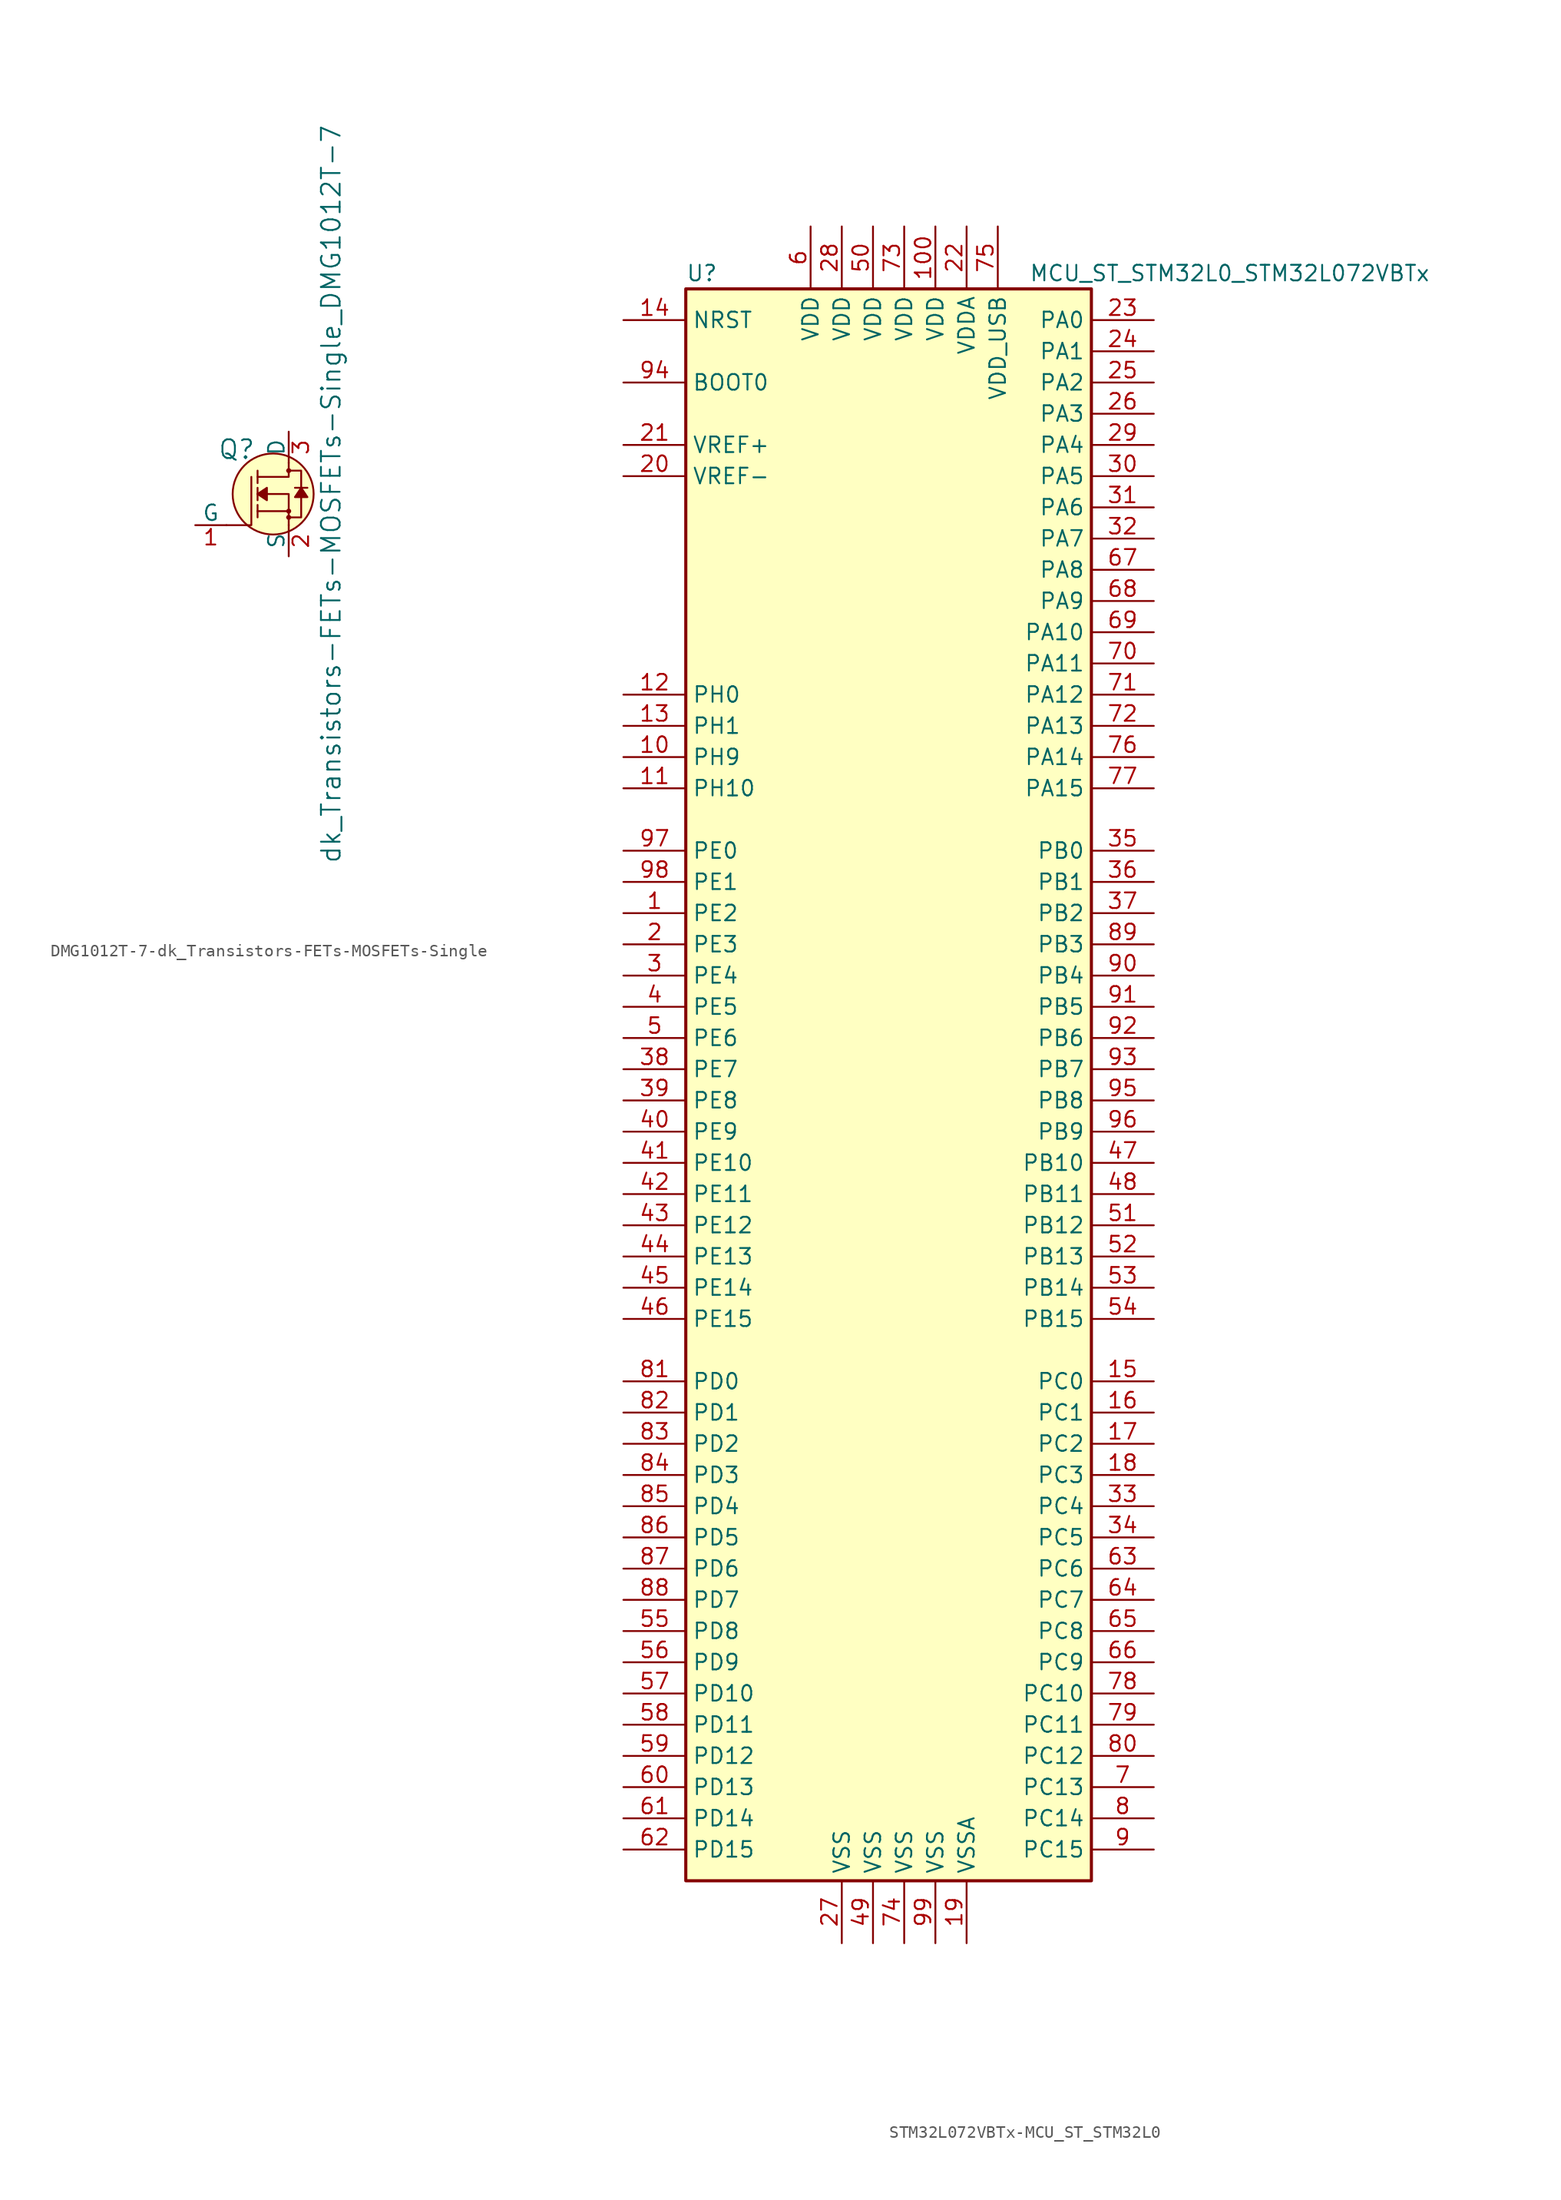
<source format=kicad_sym>
(kicad_symbol_lib
  (version 20220914)
  (generator kicad_symbol_editor)
  (symbol "DMG1012T-7-dk_Transistors-FETs-MOSFETs-Single"
    (pin_names
      (offset 0))
    (property "Reference" "Q"
      (at -2.692 3.632 0)
      (effects (font (size 1.524 1.524)) (justify right)))
    (property "Value" "dk_Transistors-FETs-MOSFETs-Single_DMG1012T-7"
      (at 3.454 0 90)
      (effects (font (size 1.524 1.524))))
    (symbol "DMG1012T-7-dk_Transistors-FETs-MOSFETs-Single_0_1"
      (circle (center -1.27 0) (radius 3.302) (stroke (width 0) (type solid)) (fill (type background)))
      (circle (center 0 -1.905) (radius 0.127) (stroke (width 0) (type solid)) (fill (type none)))
      (circle (center 0 -1.397) (radius 0.127) (stroke (width 0) (type solid)) (fill (type none)))
      (polyline (pts (xy 0 -1.397) (xy -2.54 -1.397)) (stroke (width 0) (type solid)) (fill (type none)))
      (polyline (pts (xy -5.08 -2.54) (xy -3.048 -2.54) (xy -3.048 1.397)) (stroke (width 0) (type solid)) (fill (type none)))
      (polyline (pts (xy 0 -2.54) (xy 0 0) (xy -2.54 0)) (stroke (width 0) (type solid)) (fill (type none)))
      (polyline (pts (xy 0 2.54) (xy 0 1.397) (xy -2.54 1.397)) (stroke (width 0) (type solid)) (fill (type none)))
      (polyline (pts (xy -0.127 -1.905) (xy 1.016 -1.905) (xy 1.016 1.397) (xy 1.016 1.905) (xy -0.127 1.905)) (stroke (width 0) (type solid)) (fill (type none)))
      (circle (center 0 1.905) (radius 0.127) (stroke (width 0) (type solid)) (fill (type none))))
    (symbol "DMG1012T-7-dk_Transistors-FETs-MOSFETs-Single_1_1"
      (polyline (pts (xy -2.54 -1.397) (xy -2.54 -1.905)) (stroke (width 0) (type solid)) (fill (type none)))
      (polyline (pts (xy -2.54 -1.397) (xy -2.54 -0.889)) (stroke (width 0) (type solid)) (fill (type none)))
      (polyline (pts (xy -2.54 0) (xy -2.54 -0.508)) (stroke (width 0) (type solid)) (fill (type none)))
      (polyline (pts (xy -2.54 0) (xy -2.54 0.508)) (stroke (width 0) (type solid)) (fill (type none)))
      (polyline (pts (xy -2.54 1.905) (xy -2.54 0.889)) (stroke (width 0) (type solid)) (fill (type none)))
      (polyline (pts (xy 1.524 0.508) (xy 0.508 0.508)) (stroke (width 0) (type solid)) (fill (type none)))
      (polyline (pts (xy -2.54 0) (xy -1.778 0.508) (xy -1.778 -0.508) (xy -2.54 0)) (stroke (width 0) (type solid)) (fill (type outline)))
      (polyline (pts (xy 1.016 0.508) (xy 0.508 -0.254) (xy 1.524 -0.254) (xy 1.016 0.508)) (stroke (width 0) (type solid)) (fill (type outline)))
      (pin bidirectional line (at -7.62 -2.54 0) (length 2.54) (name "G" (effects (font (size 1.27 1.27)))) (number "1" (effects (font (size 1.27 1.27)))))
      (pin bidirectional line (at 0 -5.08 90) (length 2.54) (name "S" (effects (font (size 1.27 1.27)))) (number "2" (effects (font (size 1.27 1.27)))))
      (pin bidirectional line (at 0 5.08 270) (length 2.54) (name "D" (effects (font (size 1.27 1.27)))) (number "3" (effects (font (size 1.27 1.27)))))))
  (symbol "STM32L072VBTx-MCU_ST_STM32L0"
    (property "Reference" "U"
      (at -17.78 64.77 0)
      (effects (font (size 1.27 1.27)) (justify left)))
    (property "Value" "MCU_ST_STM32L0_STM32L072VBTx"
      (at 10.16 64.77 0)
      (effects (font (size 1.27 1.27)) (justify left)))
    (symbol "STM32L072VBTx-MCU_ST_STM32L0_0_1"
      (rectangle (start -17.78 -66.04) (end 15.24 63.5) (stroke (width 0.254) (type solid)) (fill (type background))))
    (symbol "STM32L072VBTx-MCU_ST_STM32L0_1_1"
      (pin bidirectional line (at -22.86 12.7 0) (length 5.08) (name "PE2" (effects (font (size 1.27 1.27)))) (number "1" (effects (font (size 1.27 1.27)))))
      (pin bidirectional line (at -22.86 25.4 0) (length 5.08) (name "PH9" (effects (font (size 1.27 1.27)))) (number "10" (effects (font (size 1.27 1.27)))))
      (pin power_in line (at 2.54 68.58 270) (length 5.08) (name "VDD" (effects (font (size 1.27 1.27)))) (number "100" (effects (font (size 1.27 1.27)))))
      (pin bidirectional line (at -22.86 22.86 0) (length 5.08) (name "PH10" (effects (font (size 1.27 1.27)))) (number "11" (effects (font (size 1.27 1.27)))))
      (pin input line (at -22.86 30.48 0) (length 5.08) (name "PH0" (effects (font (size 1.27 1.27)))) (number "12" (effects (font (size 1.27 1.27)))))
      (pin input line (at -22.86 27.94 0) (length 5.08) (name "PH1" (effects (font (size 1.27 1.27)))) (number "13" (effects (font (size 1.27 1.27)))))
      (pin input line (at -22.86 60.96 0) (length 5.08) (name "NRST" (effects (font (size 1.27 1.27)))) (number "14" (effects (font (size 1.27 1.27)))))
      (pin bidirectional line (at 20.32 -25.4 180) (length 5.08) (name "PC0" (effects (font (size 1.27 1.27)))) (number "15" (effects (font (size 1.27 1.27)))))
      (pin bidirectional line (at 20.32 -27.94 180) (length 5.08) (name "PC1" (effects (font (size 1.27 1.27)))) (number "16" (effects (font (size 1.27 1.27)))))
      (pin bidirectional line (at 20.32 -30.48 180) (length 5.08) (name "PC2" (effects (font (size 1.27 1.27)))) (number "17" (effects (font (size 1.27 1.27)))))
      (pin bidirectional line (at 20.32 -33.02 180) (length 5.08) (name "PC3" (effects (font (size 1.27 1.27)))) (number "18" (effects (font (size 1.27 1.27)))))
      (pin power_in line (at 5.08 -71.12 90) (length 5.08) (name "VSSA" (effects (font (size 1.27 1.27)))) (number "19" (effects (font (size 1.27 1.27)))))
      (pin bidirectional line (at -22.86 10.16 0) (length 5.08) (name "PE3" (effects (font (size 1.27 1.27)))) (number "2" (effects (font (size 1.27 1.27)))))
      (pin power_in line (at -22.86 48.26 0) (length 5.08) (name "VREF-" (effects (font (size 1.27 1.27)))) (number "20" (effects (font (size 1.27 1.27)))))
      (pin power_in line (at -22.86 50.8 0) (length 5.08) (name "VREF+" (effects (font (size 1.27 1.27)))) (number "21" (effects (font (size 1.27 1.27)))))
      (pin power_in line (at 5.08 68.58 270) (length 5.08) (name "VDDA" (effects (font (size 1.27 1.27)))) (number "22" (effects (font (size 1.27 1.27)))))
      (pin bidirectional line (at 20.32 60.96 180) (length 5.08) (name "PA0" (effects (font (size 1.27 1.27)))) (number "23" (effects (font (size 1.27 1.27)))))
      (pin bidirectional line (at 20.32 58.42 180) (length 5.08) (name "PA1" (effects (font (size 1.27 1.27)))) (number "24" (effects (font (size 1.27 1.27)))))
      (pin bidirectional line (at 20.32 55.88 180) (length 5.08) (name "PA2" (effects (font (size 1.27 1.27)))) (number "25" (effects (font (size 1.27 1.27)))))
      (pin bidirectional line (at 20.32 53.34 180) (length 5.08) (name "PA3" (effects (font (size 1.27 1.27)))) (number "26" (effects (font (size 1.27 1.27)))))
      (pin power_in line (at -5.08 -71.12 90) (length 5.08) (name "VSS" (effects (font (size 1.27 1.27)))) (number "27" (effects (font (size 1.27 1.27)))))
      (pin power_in line (at -5.08 68.58 270) (length 5.08) (name "VDD" (effects (font (size 1.27 1.27)))) (number "28" (effects (font (size 1.27 1.27)))))
      (pin bidirectional line (at 20.32 50.8 180) (length 5.08) (name "PA4" (effects (font (size 1.27 1.27)))) (number "29" (effects (font (size 1.27 1.27)))))
      (pin bidirectional line (at -22.86 7.62 0) (length 5.08) (name "PE4" (effects (font (size 1.27 1.27)))) (number "3" (effects (font (size 1.27 1.27)))))
      (pin bidirectional line (at 20.32 48.26 180) (length 5.08) (name "PA5" (effects (font (size 1.27 1.27)))) (number "30" (effects (font (size 1.27 1.27)))))
      (pin bidirectional line (at 20.32 45.72 180) (length 5.08) (name "PA6" (effects (font (size 1.27 1.27)))) (number "31" (effects (font (size 1.27 1.27)))))
      (pin bidirectional line (at 20.32 43.18 180) (length 5.08) (name "PA7" (effects (font (size 1.27 1.27)))) (number "32" (effects (font (size 1.27 1.27)))))
      (pin bidirectional line (at 20.32 -35.56 180) (length 5.08) (name "PC4" (effects (font (size 1.27 1.27)))) (number "33" (effects (font (size 1.27 1.27)))))
      (pin bidirectional line (at 20.32 -38.1 180) (length 5.08) (name "PC5" (effects (font (size 1.27 1.27)))) (number "34" (effects (font (size 1.27 1.27)))))
      (pin bidirectional line (at 20.32 17.78 180) (length 5.08) (name "PB0" (effects (font (size 1.27 1.27)))) (number "35" (effects (font (size 1.27 1.27)))))
      (pin bidirectional line (at 20.32 15.24 180) (length 5.08) (name "PB1" (effects (font (size 1.27 1.27)))) (number "36" (effects (font (size 1.27 1.27)))))
      (pin bidirectional line (at 20.32 12.7 180) (length 5.08) (name "PB2" (effects (font (size 1.27 1.27)))) (number "37" (effects (font (size 1.27 1.27)))))
      (pin bidirectional line (at -22.86 0 0) (length 5.08) (name "PE7" (effects (font (size 1.27 1.27)))) (number "38" (effects (font (size 1.27 1.27)))))
      (pin bidirectional line (at -22.86 -2.54 0) (length 5.08) (name "PE8" (effects (font (size 1.27 1.27)))) (number "39" (effects (font (size 1.27 1.27)))))
      (pin bidirectional line (at -22.86 5.08 0) (length 5.08) (name "PE5" (effects (font (size 1.27 1.27)))) (number "4" (effects (font (size 1.27 1.27)))))
      (pin bidirectional line (at -22.86 -5.08 0) (length 5.08) (name "PE9" (effects (font (size 1.27 1.27)))) (number "40" (effects (font (size 1.27 1.27)))))
      (pin bidirectional line (at -22.86 -7.62 0) (length 5.08) (name "PE10" (effects (font (size 1.27 1.27)))) (number "41" (effects (font (size 1.27 1.27)))))
      (pin bidirectional line (at -22.86 -10.16 0) (length 5.08) (name "PE11" (effects (font (size 1.27 1.27)))) (number "42" (effects (font (size 1.27 1.27)))))
      (pin bidirectional line (at -22.86 -12.7 0) (length 5.08) (name "PE12" (effects (font (size 1.27 1.27)))) (number "43" (effects (font (size 1.27 1.27)))))
      (pin bidirectional line (at -22.86 -15.24 0) (length 5.08) (name "PE13" (effects (font (size 1.27 1.27)))) (number "44" (effects (font (size 1.27 1.27)))))
      (pin bidirectional line (at -22.86 -17.78 0) (length 5.08) (name "PE14" (effects (font (size 1.27 1.27)))) (number "45" (effects (font (size 1.27 1.27)))))
      (pin bidirectional line (at -22.86 -20.32 0) (length 5.08) (name "PE15" (effects (font (size 1.27 1.27)))) (number "46" (effects (font (size 1.27 1.27)))))
      (pin bidirectional line (at 20.32 -7.62 180) (length 5.08) (name "PB10" (effects (font (size 1.27 1.27)))) (number "47" (effects (font (size 1.27 1.27)))))
      (pin bidirectional line (at 20.32 -10.16 180) (length 5.08) (name "PB11" (effects (font (size 1.27 1.27)))) (number "48" (effects (font (size 1.27 1.27)))))
      (pin power_in line (at -2.54 -71.12 90) (length 5.08) (name "VSS" (effects (font (size 1.27 1.27)))) (number "49" (effects (font (size 1.27 1.27)))))
      (pin bidirectional line (at -22.86 2.54 0) (length 5.08) (name "PE6" (effects (font (size 1.27 1.27)))) (number "5" (effects (font (size 1.27 1.27)))))
      (pin power_in line (at -2.54 68.58 270) (length 5.08) (name "VDD" (effects (font (size 1.27 1.27)))) (number "50" (effects (font (size 1.27 1.27)))))
      (pin bidirectional line (at 20.32 -12.7 180) (length 5.08) (name "PB12" (effects (font (size 1.27 1.27)))) (number "51" (effects (font (size 1.27 1.27)))))
      (pin bidirectional line (at 20.32 -15.24 180) (length 5.08) (name "PB13" (effects (font (size 1.27 1.27)))) (number "52" (effects (font (size 1.27 1.27)))))
      (pin bidirectional line (at 20.32 -17.78 180) (length 5.08) (name "PB14" (effects (font (size 1.27 1.27)))) (number "53" (effects (font (size 1.27 1.27)))))
      (pin bidirectional line (at 20.32 -20.32 180) (length 5.08) (name "PB15" (effects (font (size 1.27 1.27)))) (number "54" (effects (font (size 1.27 1.27)))))
      (pin bidirectional line (at -22.86 -45.72 0) (length 5.08) (name "PD8" (effects (font (size 1.27 1.27)))) (number "55" (effects (font (size 1.27 1.27)))))
      (pin bidirectional line (at -22.86 -48.26 0) (length 5.08) (name "PD9" (effects (font (size 1.27 1.27)))) (number "56" (effects (font (size 1.27 1.27)))))
      (pin bidirectional line (at -22.86 -50.8 0) (length 5.08) (name "PD10" (effects (font (size 1.27 1.27)))) (number "57" (effects (font (size 1.27 1.27)))))
      (pin bidirectional line (at -22.86 -53.34 0) (length 5.08) (name "PD11" (effects (font (size 1.27 1.27)))) (number "58" (effects (font (size 1.27 1.27)))))
      (pin bidirectional line (at -22.86 -55.88 0) (length 5.08) (name "PD12" (effects (font (size 1.27 1.27)))) (number "59" (effects (font (size 1.27 1.27)))))
      (pin power_in line (at -7.62 68.58 270) (length 5.08) (name "VDD" (effects (font (size 1.27 1.27)))) (number "6" (effects (font (size 1.27 1.27)))))
      (pin bidirectional line (at -22.86 -58.42 0) (length 5.08) (name "PD13" (effects (font (size 1.27 1.27)))) (number "60" (effects (font (size 1.27 1.27)))))
      (pin bidirectional line (at -22.86 -60.96 0) (length 5.08) (name "PD14" (effects (font (size 1.27 1.27)))) (number "61" (effects (font (size 1.27 1.27)))))
      (pin bidirectional line (at -22.86 -63.5 0) (length 5.08) (name "PD15" (effects (font (size 1.27 1.27)))) (number "62" (effects (font (size 1.27 1.27)))))
      (pin bidirectional line (at 20.32 -40.64 180) (length 5.08) (name "PC6" (effects (font (size 1.27 1.27)))) (number "63" (effects (font (size 1.27 1.27)))))
      (pin bidirectional line (at 20.32 -43.18 180) (length 5.08) (name "PC7" (effects (font (size 1.27 1.27)))) (number "64" (effects (font (size 1.27 1.27)))))
      (pin bidirectional line (at 20.32 -45.72 180) (length 5.08) (name "PC8" (effects (font (size 1.27 1.27)))) (number "65" (effects (font (size 1.27 1.27)))))
      (pin bidirectional line (at 20.32 -48.26 180) (length 5.08) (name "PC9" (effects (font (size 1.27 1.27)))) (number "66" (effects (font (size 1.27 1.27)))))
      (pin bidirectional line (at 20.32 40.64 180) (length 5.08) (name "PA8" (effects (font (size 1.27 1.27)))) (number "67" (effects (font (size 1.27 1.27)))))
      (pin bidirectional line (at 20.32 38.1 180) (length 5.08) (name "PA9" (effects (font (size 1.27 1.27)))) (number "68" (effects (font (size 1.27 1.27)))))
      (pin bidirectional line (at 20.32 35.56 180) (length 5.08) (name "PA10" (effects (font (size 1.27 1.27)))) (number "69" (effects (font (size 1.27 1.27)))))
      (pin bidirectional line (at 20.32 -58.42 180) (length 5.08) (name "PC13" (effects (font (size 1.27 1.27)))) (number "7" (effects (font (size 1.27 1.27)))))
      (pin bidirectional line (at 20.32 33.02 180) (length 5.08) (name "PA11" (effects (font (size 1.27 1.27)))) (number "70" (effects (font (size 1.27 1.27)))))
      (pin bidirectional line (at 20.32 30.48 180) (length 5.08) (name "PA12" (effects (font (size 1.27 1.27)))) (number "71" (effects (font (size 1.27 1.27)))))
      (pin bidirectional line (at 20.32 27.94 180) (length 5.08) (name "PA13" (effects (font (size 1.27 1.27)))) (number "72" (effects (font (size 1.27 1.27)))))
      (pin power_in line (at 0 68.58 270) (length 5.08) (name "VDD" (effects (font (size 1.27 1.27)))) (number "73" (effects (font (size 1.27 1.27)))))
      (pin power_in line (at 0 -71.12 90) (length 5.08) (name "VSS" (effects (font (size 1.27 1.27)))) (number "74" (effects (font (size 1.27 1.27)))))
      (pin power_in line (at 7.62 68.58 270) (length 5.08) (name "VDD_USB" (effects (font (size 1.27 1.27)))) (number "75" (effects (font (size 1.27 1.27)))))
      (pin bidirectional line (at 20.32 25.4 180) (length 5.08) (name "PA14" (effects (font (size 1.27 1.27)))) (number "76" (effects (font (size 1.27 1.27)))))
      (pin bidirectional line (at 20.32 22.86 180) (length 5.08) (name "PA15" (effects (font (size 1.27 1.27)))) (number "77" (effects (font (size 1.27 1.27)))))
      (pin bidirectional line (at 20.32 -50.8 180) (length 5.08) (name "PC10" (effects (font (size 1.27 1.27)))) (number "78" (effects (font (size 1.27 1.27)))))
      (pin bidirectional line (at 20.32 -53.34 180) (length 5.08) (name "PC11" (effects (font (size 1.27 1.27)))) (number "79" (effects (font (size 1.27 1.27)))))
      (pin bidirectional line (at 20.32 -60.96 180) (length 5.08) (name "PC14" (effects (font (size 1.27 1.27)))) (number "8" (effects (font (size 1.27 1.27)))))
      (pin bidirectional line (at 20.32 -55.88 180) (length 5.08) (name "PC12" (effects (font (size 1.27 1.27)))) (number "80" (effects (font (size 1.27 1.27)))))
      (pin bidirectional line (at -22.86 -25.4 0) (length 5.08) (name "PD0" (effects (font (size 1.27 1.27)))) (number "81" (effects (font (size 1.27 1.27)))))
      (pin bidirectional line (at -22.86 -27.94 0) (length 5.08) (name "PD1" (effects (font (size 1.27 1.27)))) (number "82" (effects (font (size 1.27 1.27)))))
      (pin bidirectional line (at -22.86 -30.48 0) (length 5.08) (name "PD2" (effects (font (size 1.27 1.27)))) (number "83" (effects (font (size 1.27 1.27)))))
      (pin bidirectional line (at -22.86 -33.02 0) (length 5.08) (name "PD3" (effects (font (size 1.27 1.27)))) (number "84" (effects (font (size 1.27 1.27)))))
      (pin bidirectional line (at -22.86 -35.56 0) (length 5.08) (name "PD4" (effects (font (size 1.27 1.27)))) (number "85" (effects (font (size 1.27 1.27)))))
      (pin bidirectional line (at -22.86 -38.1 0) (length 5.08) (name "PD5" (effects (font (size 1.27 1.27)))) (number "86" (effects (font (size 1.27 1.27)))))
      (pin bidirectional line (at -22.86 -40.64 0) (length 5.08) (name "PD6" (effects (font (size 1.27 1.27)))) (number "87" (effects (font (size 1.27 1.27)))))
      (pin bidirectional line (at -22.86 -43.18 0) (length 5.08) (name "PD7" (effects (font (size 1.27 1.27)))) (number "88" (effects (font (size 1.27 1.27)))))
      (pin bidirectional line (at 20.32 10.16 180) (length 5.08) (name "PB3" (effects (font (size 1.27 1.27)))) (number "89" (effects (font (size 1.27 1.27)))))
      (pin bidirectional line (at 20.32 -63.5 180) (length 5.08) (name "PC15" (effects (font (size 1.27 1.27)))) (number "9" (effects (font (size 1.27 1.27)))))
      (pin bidirectional line (at 20.32 7.62 180) (length 5.08) (name "PB4" (effects (font (size 1.27 1.27)))) (number "90" (effects (font (size 1.27 1.27)))))
      (pin bidirectional line (at 20.32 5.08 180) (length 5.08) (name "PB5" (effects (font (size 1.27 1.27)))) (number "91" (effects (font (size 1.27 1.27)))))
      (pin bidirectional line (at 20.32 2.54 180) (length 5.08) (name "PB6" (effects (font (size 1.27 1.27)))) (number "92" (effects (font (size 1.27 1.27)))))
      (pin bidirectional line (at 20.32 0 180) (length 5.08) (name "PB7" (effects (font (size 1.27 1.27)))) (number "93" (effects (font (size 1.27 1.27)))))
      (pin input line (at -22.86 55.88 0) (length 5.08) (name "BOOT0" (effects (font (size 1.27 1.27)))) (number "94" (effects (font (size 1.27 1.27)))))
      (pin bidirectional line (at 20.32 -2.54 180) (length 5.08) (name "PB8" (effects (font (size 1.27 1.27)))) (number "95" (effects (font (size 1.27 1.27)))))
      (pin bidirectional line (at 20.32 -5.08 180) (length 5.08) (name "PB9" (effects (font (size 1.27 1.27)))) (number "96" (effects (font (size 1.27 1.27)))))
      (pin bidirectional line (at -22.86 17.78 0) (length 5.08) (name "PE0" (effects (font (size 1.27 1.27)))) (number "97" (effects (font (size 1.27 1.27)))))
      (pin bidirectional line (at -22.86 15.24 0) (length 5.08) (name "PE1" (effects (font (size 1.27 1.27)))) (number "98" (effects (font (size 1.27 1.27)))))
      (pin power_in line (at 2.54 -71.12 90) (length 5.08) (name "VSS" (effects (font (size 1.27 1.27)))) (number "99" (effects (font (size 1.27 1.27))))))))
</source>
